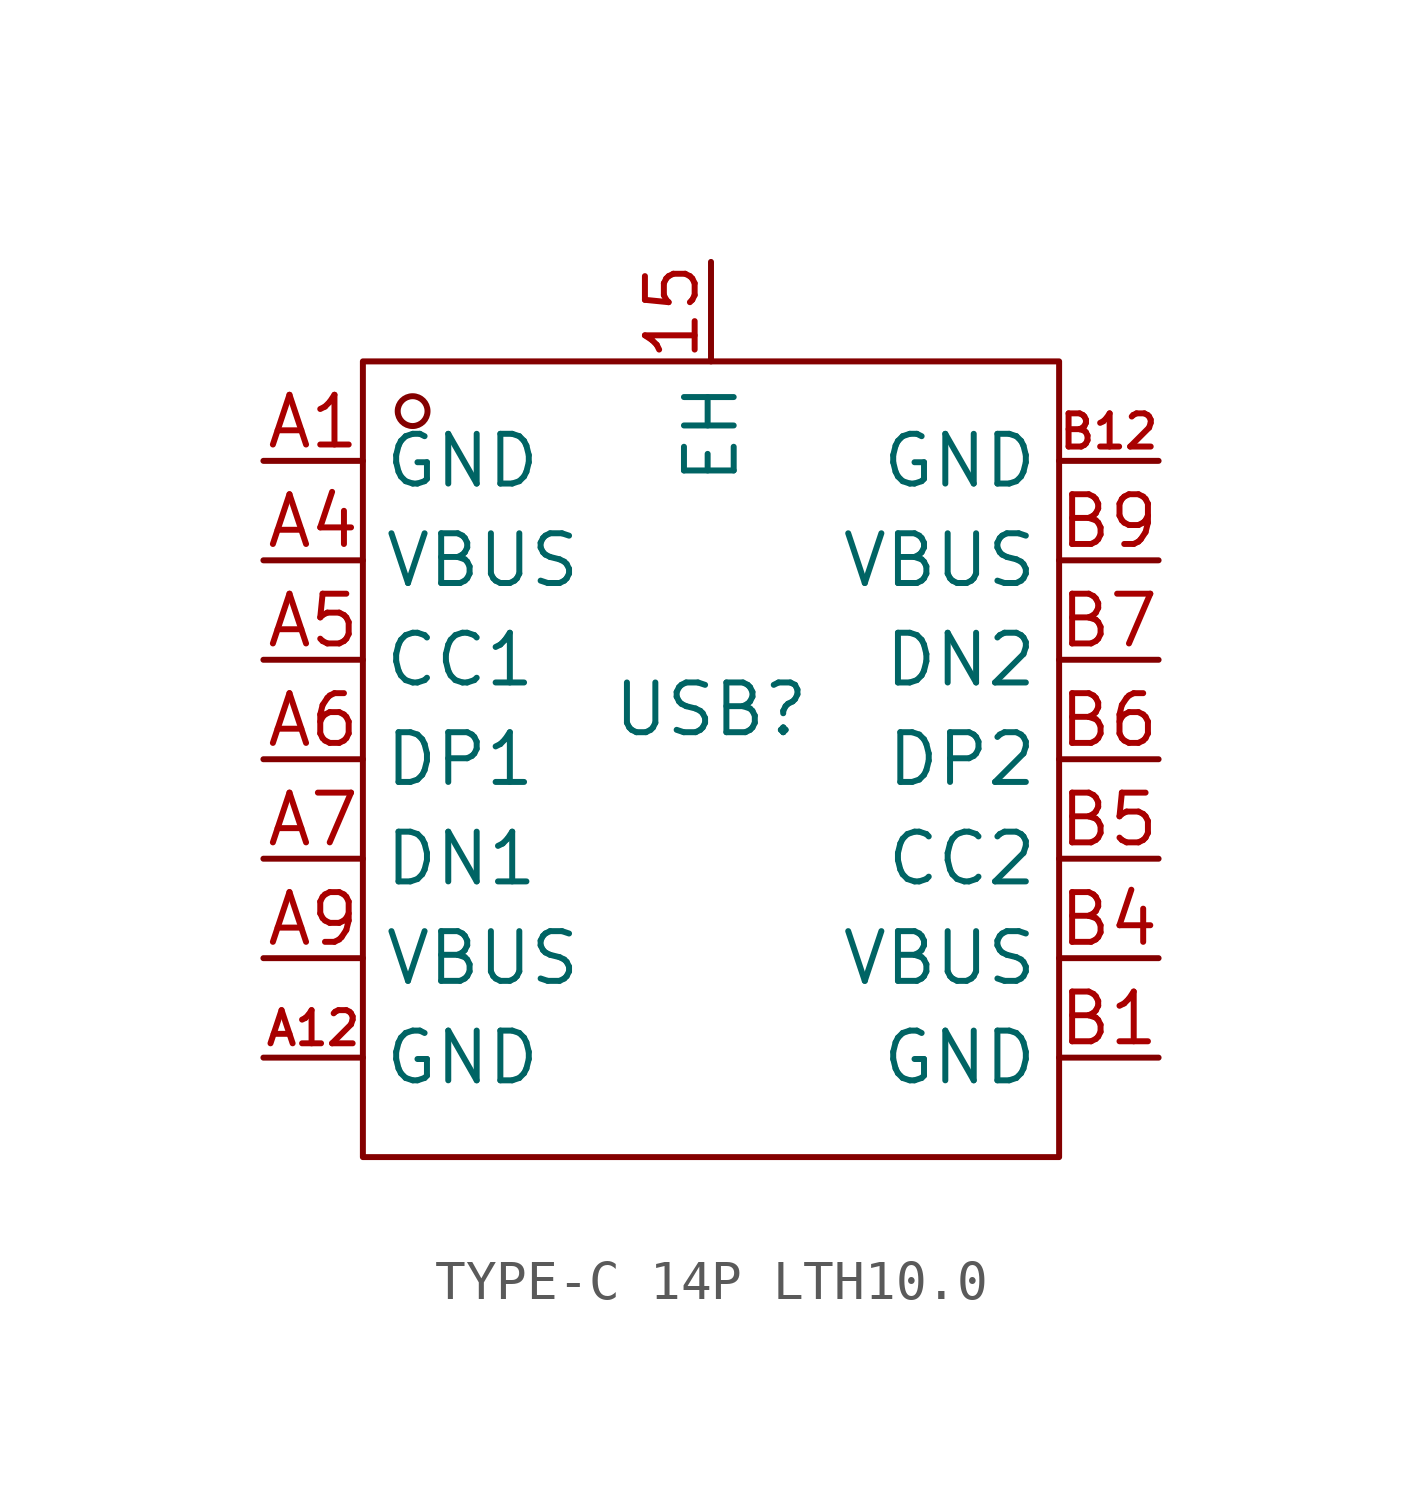
<source format=kicad_sym>
(kicad_symbol_lib
  (version 20241209)
  (generator "kicad_symbol_editor")
  (generator_version "9.0")
  (symbol "TYPE-C 14P LTH10.0"
    (property "Reference" "USB"
      (at 0 0 0)
      (effects (font (size 1.27 1.27))))
    (property "Value" ""
      (at 0 0 0)
      (effects (font (size 1.27 1.27))))
    (symbol "TYPE-C 14P LTH10.0_1_0"
      (rectangle (start -8.89 -11.43) (end 8.89 8.89) (stroke (width 0) (type default)) (fill (type none)))
      (circle (center -7.62 7.62) (radius 0.381) (stroke (width 0) (type default)) (fill (type none)))
      (pin power_out line (at -11.43 6.35 0) (length 2.54) (name "GND" (effects (font (size 1.27 1.27)))) (number "A1" (effects (font (size 1.27 1.27)))))
      (pin power_out line (at -11.43 3.81 0) (length 2.54) (name "VBUS" (effects (font (size 1.27 1.27)))) (number "A4" (effects (font (size 1.27 1.27)))))
      (pin input line (at -11.43 1.27 0) (length 2.54) (name "CC1" (effects (font (size 1.27 1.27)))) (number "A5" (effects (font (size 1.27 1.27)))))
      (pin bidirectional line (at -11.43 -1.27 0) (length 2.54) (name "DP1" (effects (font (size 1.27 1.27)))) (number "A6" (effects (font (size 1.27 1.27)))))
      (pin bidirectional line (at -11.43 -3.81 0) (length 2.54) (name "DN1" (effects (font (size 1.27 1.27)))) (number "A7" (effects (font (size 1.27 1.27)))))
      (pin power_out line (at -11.43 -6.35 0) (length 2.54) (name "VBUS" (effects (font (size 1.27 1.27)))) (number "A9" (effects (font (size 1.27 1.27)))))
      (pin power_out line (at -11.43 -8.89 0) (length 2.54) (name "GND" (effects (font (size 1.27 1.27)))) (number "A12" (effects (font (size 0.847 0.847)))))
      (pin passive line (at 0 11.43 270) (length 2.54) (name "EH" (effects (font (size 1.27 1.27)))) (number "15" (effects (font (size 1.27 1.27)))))
      (pin power_out line (at 11.43 6.35 180) (length 2.54) (name "GND" (effects (font (size 1.27 1.27)))) (number "B12" (effects (font (size 0.847 0.847)))))
      (pin power_out line (at 11.43 3.81 180) (length 2.54) (name "VBUS" (effects (font (size 1.27 1.27)))) (number "B9" (effects (font (size 1.27 1.27)))))
      (pin bidirectional line (at 11.43 1.27 180) (length 2.54) (name "DN2" (effects (font (size 1.27 1.27)))) (number "B7" (effects (font (size 1.27 1.27)))))
      (pin bidirectional line (at 11.43 -1.27 180) (length 2.54) (name "DP2" (effects (font (size 1.27 1.27)))) (number "B6" (effects (font (size 1.27 1.27)))))
      (pin input line (at 11.43 -3.81 180) (length 2.54) (name "CC2" (effects (font (size 1.27 1.27)))) (number "B5" (effects (font (size 1.27 1.27)))))
      (pin power_out line (at 11.43 -6.35 180) (length 2.54) (name "VBUS" (effects (font (size 1.27 1.27)))) (number "B4" (effects (font (size 1.27 1.27)))))
      (pin power_out line (at 11.43 -8.89 180) (length 2.54) (name "GND" (effects (font (size 1.27 1.27)))) (number "B1" (effects (font (size 1.27 1.27))))))))
</source>
